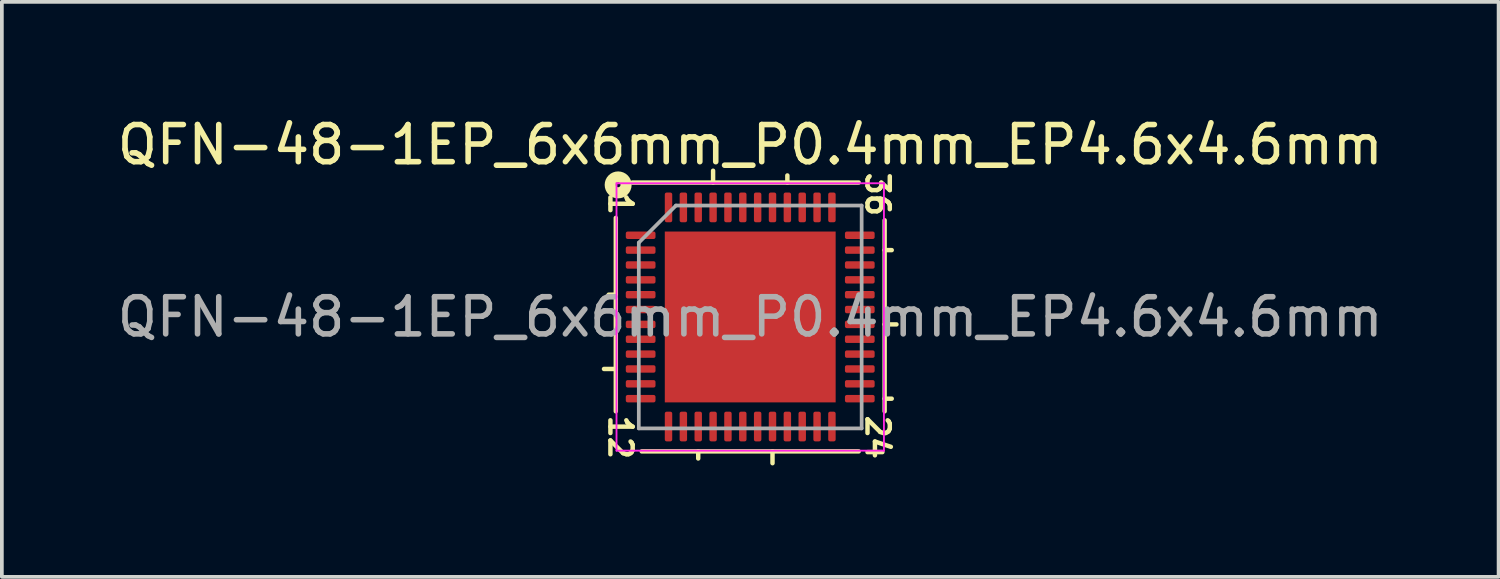
<source format=kicad_pcb>
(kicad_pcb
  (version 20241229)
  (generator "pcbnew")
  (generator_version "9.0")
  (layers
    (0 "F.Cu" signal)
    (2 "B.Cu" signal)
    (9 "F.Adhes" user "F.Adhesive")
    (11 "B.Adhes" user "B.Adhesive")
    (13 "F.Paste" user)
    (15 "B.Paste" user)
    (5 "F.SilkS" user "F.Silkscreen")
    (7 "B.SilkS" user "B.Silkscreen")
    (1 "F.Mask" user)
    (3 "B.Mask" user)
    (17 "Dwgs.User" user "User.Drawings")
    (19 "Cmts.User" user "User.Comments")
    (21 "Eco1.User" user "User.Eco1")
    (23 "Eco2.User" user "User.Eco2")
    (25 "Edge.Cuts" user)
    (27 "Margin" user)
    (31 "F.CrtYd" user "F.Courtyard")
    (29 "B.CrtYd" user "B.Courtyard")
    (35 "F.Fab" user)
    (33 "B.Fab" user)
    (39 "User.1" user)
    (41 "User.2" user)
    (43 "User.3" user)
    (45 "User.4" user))
  (footprint "QFN-48-1EP_6x6mm_P0.4mm_EP4.6x4.6mm"
    (layer "F.Cu")
    (at 17.149 5.484)
    (property "Reference" "QFN-48-1EP_6x6mm_P0.4mm_EP4.6x4.6mm" (at 0 -4.636 0) (layer "F.SilkS") (effects (font (size 1 1) (thickness 0.15))))
    (attr smd)
    (fp_line (start -3.619 -2.667) (end -3.619 2.54) (stroke (width 0.12) (type solid)) (layer "F.SilkS"))
    (fp_line (start -3.619 -0.6) (end -3.81 -0.6) (stroke (width 0.12) (type solid)) (layer "F.SilkS"))
    (fp_line (start -3.619 1.4) (end -3.937 1.4) (stroke (width 0.12) (type solid)) (layer "F.SilkS"))
    (fp_line (start -2.921 3.619) (end 2.921 3.619) (stroke (width 0.12) (type solid)) (layer "F.SilkS"))
    (fp_line (start -1.4 3.81) (end -1.4 3.619) (stroke (width 0.12) (type solid)) (layer "F.SilkS"))
    (fp_line (start -1 -3.619) (end -1 -3.937) (stroke (width 0.12) (type solid)) (layer "F.SilkS"))
    (fp_line (start 0.6 3.619) (end 0.6 3.937) (stroke (width 0.12) (type solid)) (layer "F.SilkS"))
    (fp_line (start 1 -3.619) (end 1 -3.81) (stroke (width 0.12) (type solid)) (layer "F.SilkS"))
    (fp_line (start 2.921 -3.619) (end -3.175 -3.619) (stroke (width 0.12) (type solid)) (layer "F.SilkS"))
    (fp_line (start 3.619 -1.8) (end 3.81 -1.8) (stroke (width 0.12) (type solid)) (layer "F.SilkS"))
    (fp_line (start 3.619 0.2) (end 3.937 0.2) (stroke (width 0.12) (type solid)) (layer "F.SilkS"))
    (fp_line (start 3.619 2.2) (end 3.81 2.2) (stroke (width 0.12) (type solid)) (layer "F.SilkS"))
    (fp_line (start 3.619 2.54) (end 3.619 -2.603) (stroke (width 0.12) (type solid)) (layer "F.SilkS"))
    (fp_circle (center -3.556 -3.556) (end -3.493 -3.556) (stroke (width 0.3) (type solid)) (fill no) (layer "F.SilkS"))
    (fp_line (start -3.6 -3.6) (end -3.6 3.6) (stroke (width 0.05) (type solid)) (layer "F.CrtYd"))
    (fp_line (start -3.6 3.6) (end 3.6 3.6) (stroke (width 0.05) (type solid)) (layer "F.CrtYd"))
    (fp_line (start 3.6 -3.6) (end -3.6 -3.6) (stroke (width 0.05) (type solid)) (layer "F.CrtYd"))
    (fp_line (start 3.6 3.6) (end 3.6 -3.6) (stroke (width 0.05) (type solid)) (layer "F.CrtYd"))
    (fp_line (start -3 -2) (end -2 -3) (stroke (width 0.1) (type solid)) (layer "F.Fab"))
    (fp_line (start -3 3) (end -3 -2) (stroke (width 0.1) (type solid)) (layer "F.Fab"))
    (fp_line (start -2 -3) (end 3 -3) (stroke (width 0.1) (type solid)) (layer "F.Fab"))
    (fp_line (start 3 -3) (end 3 3) (stroke (width 0.1) (type solid)) (layer "F.Fab"))
    (fp_line (start 3 3) (end -3 3) (stroke (width 0.1) (type solid)) (layer "F.Fab"))
    (fp_text user "36" (at 3.429 -3.302 270) (unlocked yes) (layer "F.SilkS") (effects (font (size 0.6 0.6) (thickness 0.12))))
    (fp_text user "12" (at -3.493 3.239 270) (unlocked yes) (layer "F.SilkS") (effects (font (size 0.6 0.6) (thickness 0.12))))
    (fp_text user "24" (at 3.429 3.239 270) (unlocked yes) (layer "F.SilkS") (effects (font (size 0.6 0.6) (thickness 0.12))))
    (fp_text user "1" (at -3.493 -3.048 270) (unlocked yes) (layer "F.SilkS") (effects (font (size 0.6 0.6) (thickness 0.12))))
    (fp_text user "${REFERENCE}" (at 0 0 0) (layer "F.Fab") (effects (font (size 1 1) (thickness 0.15))))
    (pad "" smd roundrect (at -1.53 -1.53) (size 1.24 1.24) (layers "F.Paste") (roundrect_rratio 0.202))
    (pad "" smd roundrect (at -1.53 0) (size 1.24 1.24) (layers "F.Paste") (roundrect_rratio 0.202))
    (pad "" smd roundrect (at -1.53 1.53) (size 1.24 1.24) (layers "F.Paste") (roundrect_rratio 0.202))
    (pad "" smd roundrect (at 0 -1.53) (size 1.24 1.24) (layers "F.Paste") (roundrect_rratio 0.202))
    (pad "" smd roundrect (at 0 0) (size 1.24 1.24) (layers "F.Paste") (roundrect_rratio 0.202))
    (pad "" smd roundrect (at 0 1.53) (size 1.24 1.24) (layers "F.Paste") (roundrect_rratio 0.202))
    (pad "" smd roundrect (at 1.53 -1.53) (size 1.24 1.24) (layers "F.Paste") (roundrect_rratio 0.202))
    (pad "" smd roundrect (at 1.53 0) (size 1.24 1.24) (layers "F.Paste") (roundrect_rratio 0.202))
    (pad "" smd roundrect (at 1.53 1.53) (size 1.24 1.24) (layers "F.Paste") (roundrect_rratio 0.202))
    (pad "1" smd roundrect (at -2.95 -2.2) (size 0.8 0.2) (layers "F.Cu" "F.Mask" "F.Paste") (roundrect_rratio 0.25))
    (pad "2" smd roundrect (at -2.95 -1.8) (size 0.8 0.2) (layers "F.Cu" "F.Mask" "F.Paste") (roundrect_rratio 0.25))
    (pad "3" smd roundrect (at -2.95 -1.4) (size 0.8 0.2) (layers "F.Cu" "F.Mask" "F.Paste") (roundrect_rratio 0.25))
    (pad "4" smd roundrect (at -2.95 -1) (size 0.8 0.2) (layers "F.Cu" "F.Mask" "F.Paste") (roundrect_rratio 0.25))
    (pad "5" smd roundrect (at -2.95 -0.6) (size 0.8 0.2) (layers "F.Cu" "F.Mask" "F.Paste") (roundrect_rratio 0.25))
    (pad "6" smd roundrect (at -2.95 -0.2) (size 0.8 0.2) (layers "F.Cu" "F.Mask" "F.Paste") (roundrect_rratio 0.25))
    (pad "7" smd roundrect (at -2.95 0.2) (size 0.8 0.2) (layers "F.Cu" "F.Mask" "F.Paste") (roundrect_rratio 0.25))
    (pad "8" smd roundrect (at -2.95 0.6) (size 0.8 0.2) (layers "F.Cu" "F.Mask" "F.Paste") (roundrect_rratio 0.25))
    (pad "9" smd roundrect (at -2.95 1) (size 0.8 0.2) (layers "F.Cu" "F.Mask" "F.Paste") (roundrect_rratio 0.25))
    (pad "10" smd roundrect (at -2.95 1.4) (size 0.8 0.2) (layers "F.Cu" "F.Mask" "F.Paste") (roundrect_rratio 0.25))
    (pad "11" smd roundrect (at -2.95 1.8) (size 0.8 0.2) (layers "F.Cu" "F.Mask" "F.Paste") (roundrect_rratio 0.25))
    (pad "12" smd roundrect (at -2.95 2.2) (size 0.8 0.2) (layers "F.Cu" "F.Mask" "F.Paste") (roundrect_rratio 0.25))
    (pad "13" smd roundrect (at -2.2 2.95) (size 0.2 0.8) (layers "F.Cu" "F.Mask" "F.Paste") (roundrect_rratio 0.25))
    (pad "14" smd roundrect (at -1.8 2.95) (size 0.2 0.8) (layers "F.Cu" "F.Mask" "F.Paste") (roundrect_rratio 0.25))
    (pad "15" smd roundrect (at -1.4 2.95) (size 0.2 0.8) (layers "F.Cu" "F.Mask" "F.Paste") (roundrect_rratio 0.25))
    (pad "16" smd roundrect (at -1 2.95) (size 0.2 0.8) (layers "F.Cu" "F.Mask" "F.Paste") (roundrect_rratio 0.25))
    (pad "17" smd roundrect (at -0.6 2.95) (size 0.2 0.8) (layers "F.Cu" "F.Mask" "F.Paste") (roundrect_rratio 0.25))
    (pad "18" smd roundrect (at -0.2 2.95) (size 0.2 0.8) (layers "F.Cu" "F.Mask" "F.Paste") (roundrect_rratio 0.25))
    (pad "19" smd roundrect (at 0.2 2.95) (size 0.2 0.8) (layers "F.Cu" "F.Mask" "F.Paste") (roundrect_rratio 0.25))
    (pad "20" smd roundrect (at 0.6 2.95) (size 0.2 0.8) (layers "F.Cu" "F.Mask" "F.Paste") (roundrect_rratio 0.25))
    (pad "21" smd roundrect (at 1 2.95) (size 0.2 0.8) (layers "F.Cu" "F.Mask" "F.Paste") (roundrect_rratio 0.25))
    (pad "22" smd roundrect (at 1.4 2.95) (size 0.2 0.8) (layers "F.Cu" "F.Mask" "F.Paste") (roundrect_rratio 0.25))
    (pad "23" smd roundrect (at 1.8 2.95) (size 0.2 0.8) (layers "F.Cu" "F.Mask" "F.Paste") (roundrect_rratio 0.25))
    (pad "24" smd roundrect (at 2.2 2.95) (size 0.2 0.8) (layers "F.Cu" "F.Mask" "F.Paste") (roundrect_rratio 0.25))
    (pad "25" smd roundrect (at 2.95 2.2) (size 0.8 0.2) (layers "F.Cu" "F.Mask" "F.Paste") (roundrect_rratio 0.25))
    (pad "26" smd roundrect (at 2.95 1.8) (size 0.8 0.2) (layers "F.Cu" "F.Mask" "F.Paste") (roundrect_rratio 0.25))
    (pad "27" smd roundrect (at 2.95 1.4) (size 0.8 0.2) (layers "F.Cu" "F.Mask" "F.Paste") (roundrect_rratio 0.25))
    (pad "28" smd roundrect (at 2.95 1) (size 0.8 0.2) (layers "F.Cu" "F.Mask" "F.Paste") (roundrect_rratio 0.25))
    (pad "29" smd roundrect (at 2.95 0.6) (size 0.8 0.2) (layers "F.Cu" "F.Mask" "F.Paste") (roundrect_rratio 0.25))
    (pad "30" smd roundrect (at 2.95 0.2) (size 0.8 0.2) (layers "F.Cu" "F.Mask" "F.Paste") (roundrect_rratio 0.25))
    (pad "31" smd roundrect (at 2.95 -0.2) (size 0.8 0.2) (layers "F.Cu" "F.Mask" "F.Paste") (roundrect_rratio 0.25))
    (pad "32" smd roundrect (at 2.95 -0.6) (size 0.8 0.2) (layers "F.Cu" "F.Mask" "F.Paste") (roundrect_rratio 0.25))
    (pad "33" smd roundrect (at 2.95 -1) (size 0.8 0.2) (layers "F.Cu" "F.Mask" "F.Paste") (roundrect_rratio 0.25))
    (pad "34" smd roundrect (at 2.95 -1.4) (size 0.8 0.2) (layers "F.Cu" "F.Mask" "F.Paste") (roundrect_rratio 0.25))
    (pad "35" smd roundrect (at 2.95 -1.8) (size 0.8 0.2) (layers "F.Cu" "F.Mask" "F.Paste") (roundrect_rratio 0.25))
    (pad "36" smd roundrect (at 2.95 -2.2) (size 0.8 0.2) (layers "F.Cu" "F.Mask" "F.Paste") (roundrect_rratio 0.25))
    (pad "37" smd roundrect (at 2.2 -2.95) (size 0.2 0.8) (layers "F.Cu" "F.Mask" "F.Paste") (roundrect_rratio 0.25))
    (pad "38" smd roundrect (at 1.8 -2.95) (size 0.2 0.8) (layers "F.Cu" "F.Mask" "F.Paste") (roundrect_rratio 0.25))
    (pad "39" smd roundrect (at 1.4 -2.95) (size 0.2 0.8) (layers "F.Cu" "F.Mask" "F.Paste") (roundrect_rratio 0.25))
    (pad "40" smd roundrect (at 1 -2.95) (size 0.2 0.8) (layers "F.Cu" "F.Mask" "F.Paste") (roundrect_rratio 0.25))
    (pad "41" smd roundrect (at 0.6 -2.95) (size 0.2 0.8) (layers "F.Cu" "F.Mask" "F.Paste") (roundrect_rratio 0.25))
    (pad "42" smd roundrect (at 0.2 -2.95) (size 0.2 0.8) (layers "F.Cu" "F.Mask" "F.Paste") (roundrect_rratio 0.25))
    (pad "43" smd roundrect (at -0.2 -2.95) (size 0.2 0.8) (layers "F.Cu" "F.Mask" "F.Paste") (roundrect_rratio 0.25))
    (pad "44" smd roundrect (at -0.6 -2.95) (size 0.2 0.8) (layers "F.Cu" "F.Mask" "F.Paste") (roundrect_rratio 0.25))
    (pad "45" smd roundrect (at -1 -2.95) (size 0.2 0.8) (layers "F.Cu" "F.Mask" "F.Paste") (roundrect_rratio 0.25))
    (pad "46" smd roundrect (at -1.4 -2.95) (size 0.2 0.8) (layers "F.Cu" "F.Mask" "F.Paste") (roundrect_rratio 0.25))
    (pad "47" smd roundrect (at -1.8 -2.95) (size 0.2 0.8) (layers "F.Cu" "F.Mask" "F.Paste") (roundrect_rratio 0.25))
    (pad "48" smd roundrect (at -2.2 -2.95) (size 0.2 0.8) (layers "F.Cu" "F.Mask" "F.Paste") (roundrect_rratio 0.25))
    (pad "49" smd rect (at 0 0) (size 4.6 4.6) (layers "F.Cu" "F.Mask")))
  (gr_rect
    (start -3 -3)
    (end 37.298 12.481)
    (stroke (width 0.1) (type default))
    (fill no)
    (layer "Edge.Cuts")))
</source>
